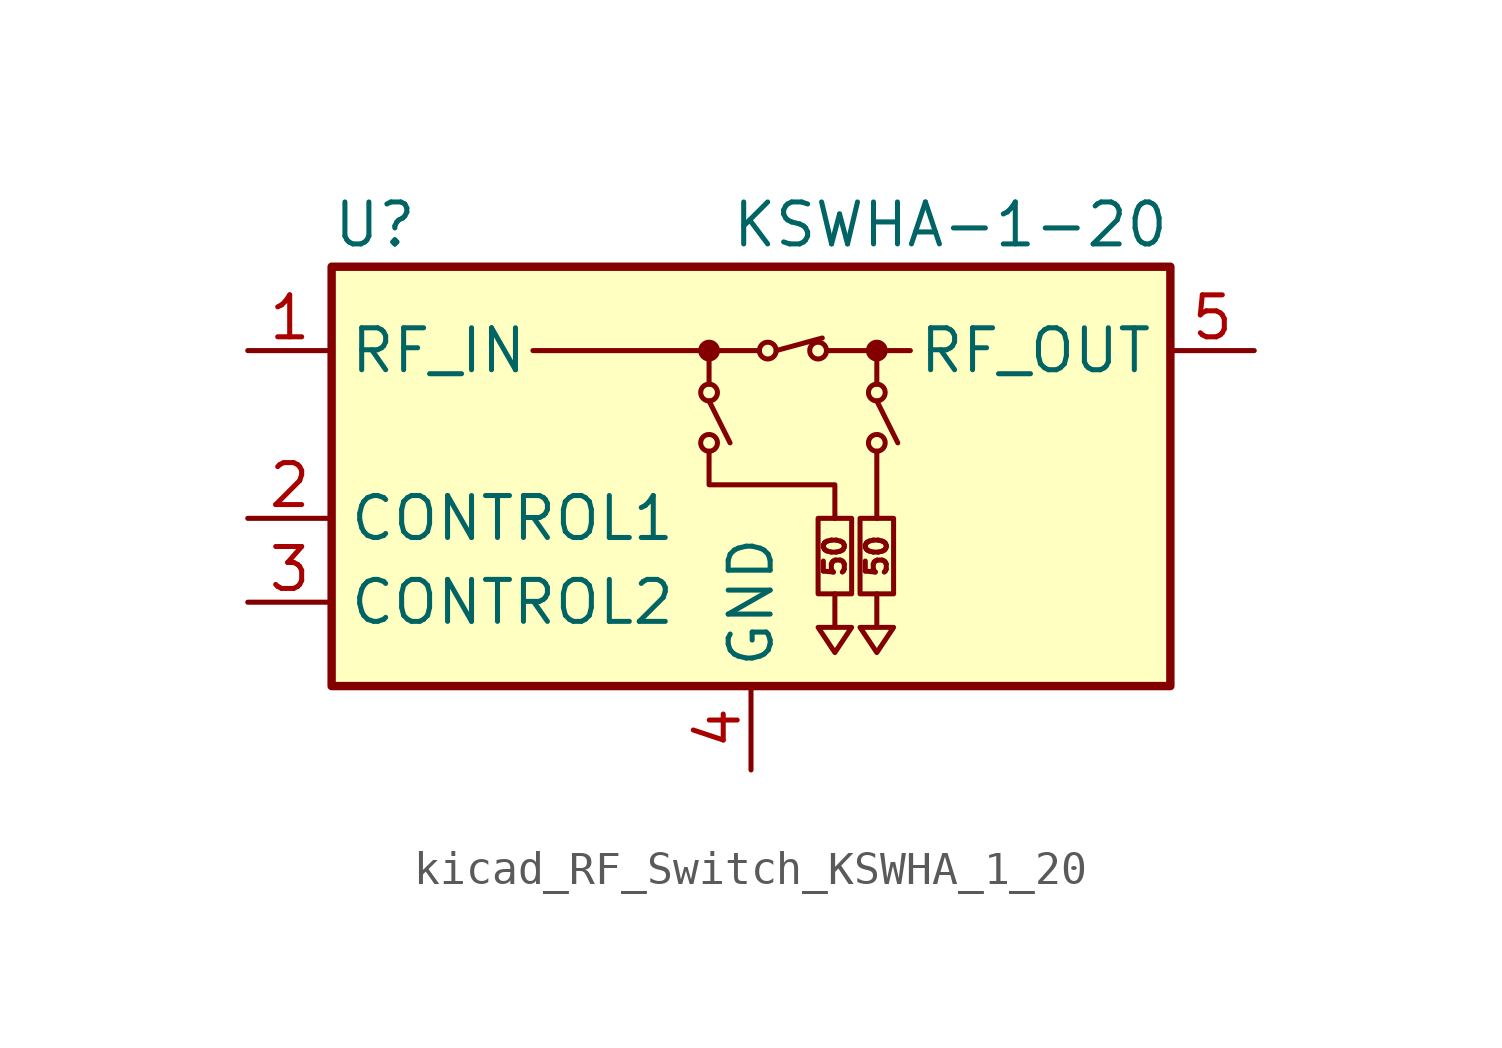
<source format=kicad_sym>
(kicad_symbol_lib
  (version 20220914)
  (generator kicad_symbol_editor)
  (symbol "kicad_RF_Switch_KSWHA_1_20"
    (property "Reference" "U"
      (at -12.7 6.35 0)
      (effects (font (size 1.27 1.27)) (justify left)))
    (property "Value" "KSWHA-1-20"
      (at 12.7 6.35 0)
      (effects (font (size 1.27 1.27)) (justify right)))
    (symbol "kicad_RF_Switch_KSWHA_1_20_0_1"
      (rectangle (start -12.7 5.08) (end 12.7 -7.62) (stroke (width 0.254) (type default)) (fill (type background)))
      (polyline (pts (xy -1.27 -0.508) (xy -1.27 -1.524) (xy 2.54 -1.524) (xy 2.54 -2.54)) (stroke (width 0) (type default)) (fill (type none))))
    (symbol "kicad_RF_Switch_KSWHA_1_20_1_0"
      (text "50" (at 2.54 -3.683 900) (effects (font (size 0.635 0.635))))
      (text "50" (at 3.81 -3.683 900) (effects (font (size 0.635 0.635)))))
    (symbol "kicad_RF_Switch_KSWHA_1_20_1_1"
      (circle (center -1.27 -0.254) (radius 0.254) (stroke (width 0) (type default)) (fill (type none)))
      (circle (center -1.27 1.27) (radius 0.254) (stroke (width 0) (type default)) (fill (type none)))
      (circle (center -1.27 2.54) (radius 0.254) (stroke (width 0) (type default)) (fill (type outline)))
      (polyline (pts (xy -6.604 2.54) (xy 0.254 2.54)) (stroke (width 0) (type default)) (fill (type none)))
      (polyline (pts (xy -1.27 1.016) (xy -0.635 -0.254)) (stroke (width 0) (type default)) (fill (type none)))
      (polyline (pts (xy -1.27 2.54) (xy -1.27 1.524)) (stroke (width 0) (type default)) (fill (type none)))
      (polyline (pts (xy 0.762 2.54) (xy 2.159 2.921)) (stroke (width 0) (type default)) (fill (type none)))
      (polyline (pts (xy 2.286 2.54) (xy 4.826 2.54)) (stroke (width 0) (type default)) (fill (type none)))
      (polyline (pts (xy 3.81 -0.508) (xy 3.81 -2.54)) (stroke (width 0) (type default)) (fill (type none)))
      (polyline (pts (xy 3.81 1.016) (xy 4.445 -0.254)) (stroke (width 0) (type default)) (fill (type none)))
      (polyline (pts (xy 3.81 2.54) (xy 3.81 1.524)) (stroke (width 0) (type default)) (fill (type none)))
      (polyline (pts (xy 2.54 -4.826) (xy 2.54 -5.842) (xy 2.032 -5.842) (xy 2.54 -6.604) (xy 3.048 -5.842) (xy 2.54 -5.842)) (stroke (width 0) (type default)) (fill (type none)))
      (polyline (pts (xy 3.81 -4.826) (xy 3.81 -5.842) (xy 3.302 -5.842) (xy 3.81 -6.604) (xy 4.318 -5.842) (xy 3.81 -5.842)) (stroke (width 0) (type default)) (fill (type none)))
      (circle (center 0.508 2.54) (radius 0.254) (stroke (width 0) (type default)) (fill (type none)))
      (rectangle (start 2.032 -2.54) (end 3.048 -4.826) (stroke (width 0) (type default)) (fill (type none)))
      (circle (center 2.032 2.54) (radius 0.254) (stroke (width 0) (type default)) (fill (type none)))
      (rectangle (start 3.302 -2.54) (end 4.318 -4.826) (stroke (width 0) (type default)) (fill (type none)))
      (circle (center 3.81 -0.254) (radius 0.254) (stroke (width 0) (type default)) (fill (type none)))
      (circle (center 3.81 1.27) (radius 0.254) (stroke (width 0) (type default)) (fill (type none)))
      (circle (center 3.81 2.54) (radius 0.254) (stroke (width 0) (type default)) (fill (type outline)))
      (pin passive line (at -15.24 2.54 0) (length 2.54) (name "RF_IN" (effects (font (size 1.27 1.27)))) (number "1" (effects (font (size 1.27 1.27)))))
      (pin input line (at -15.24 -2.54 0) (length 2.54) (name "CONTROL1" (effects (font (size 1.27 1.27)))) (number "2" (effects (font (size 1.27 1.27)))))
      (pin input line (at -15.24 -5.08 0) (length 2.54) (name "CONTROL2" (effects (font (size 1.27 1.27)))) (number "3" (effects (font (size 1.27 1.27)))))
      (pin power_in line (at 0 -10.16 90) (length 2.54) (name "GND" (effects (font (size 1.27 1.27)))) (number "4" (effects (font (size 1.27 1.27)))))
      (pin passive line (at 15.24 2.54 180) (length 2.54) (name "RF_OUT" (effects (font (size 1.27 1.27)))) (number "5" (effects (font (size 1.27 1.27)))))
      (pin passive line (at 0 -10.16 90) (length 2.54) hide (name "GND" (effects (font (size 1.27 1.27)))) (number "6" (effects (font (size 1.27 1.27)))))
      (pin passive line (at 0 -10.16 90) (length 2.54) hide (name "GND" (effects (font (size 1.27 1.27)))) (number "7" (effects (font (size 1.27 1.27)))))
      (pin passive line (at 0 -10.16 90) (length 2.54) hide (name "GND" (effects (font (size 1.27 1.27)))) (number "8" (effects (font (size 1.27 1.27))))))))
</source>
